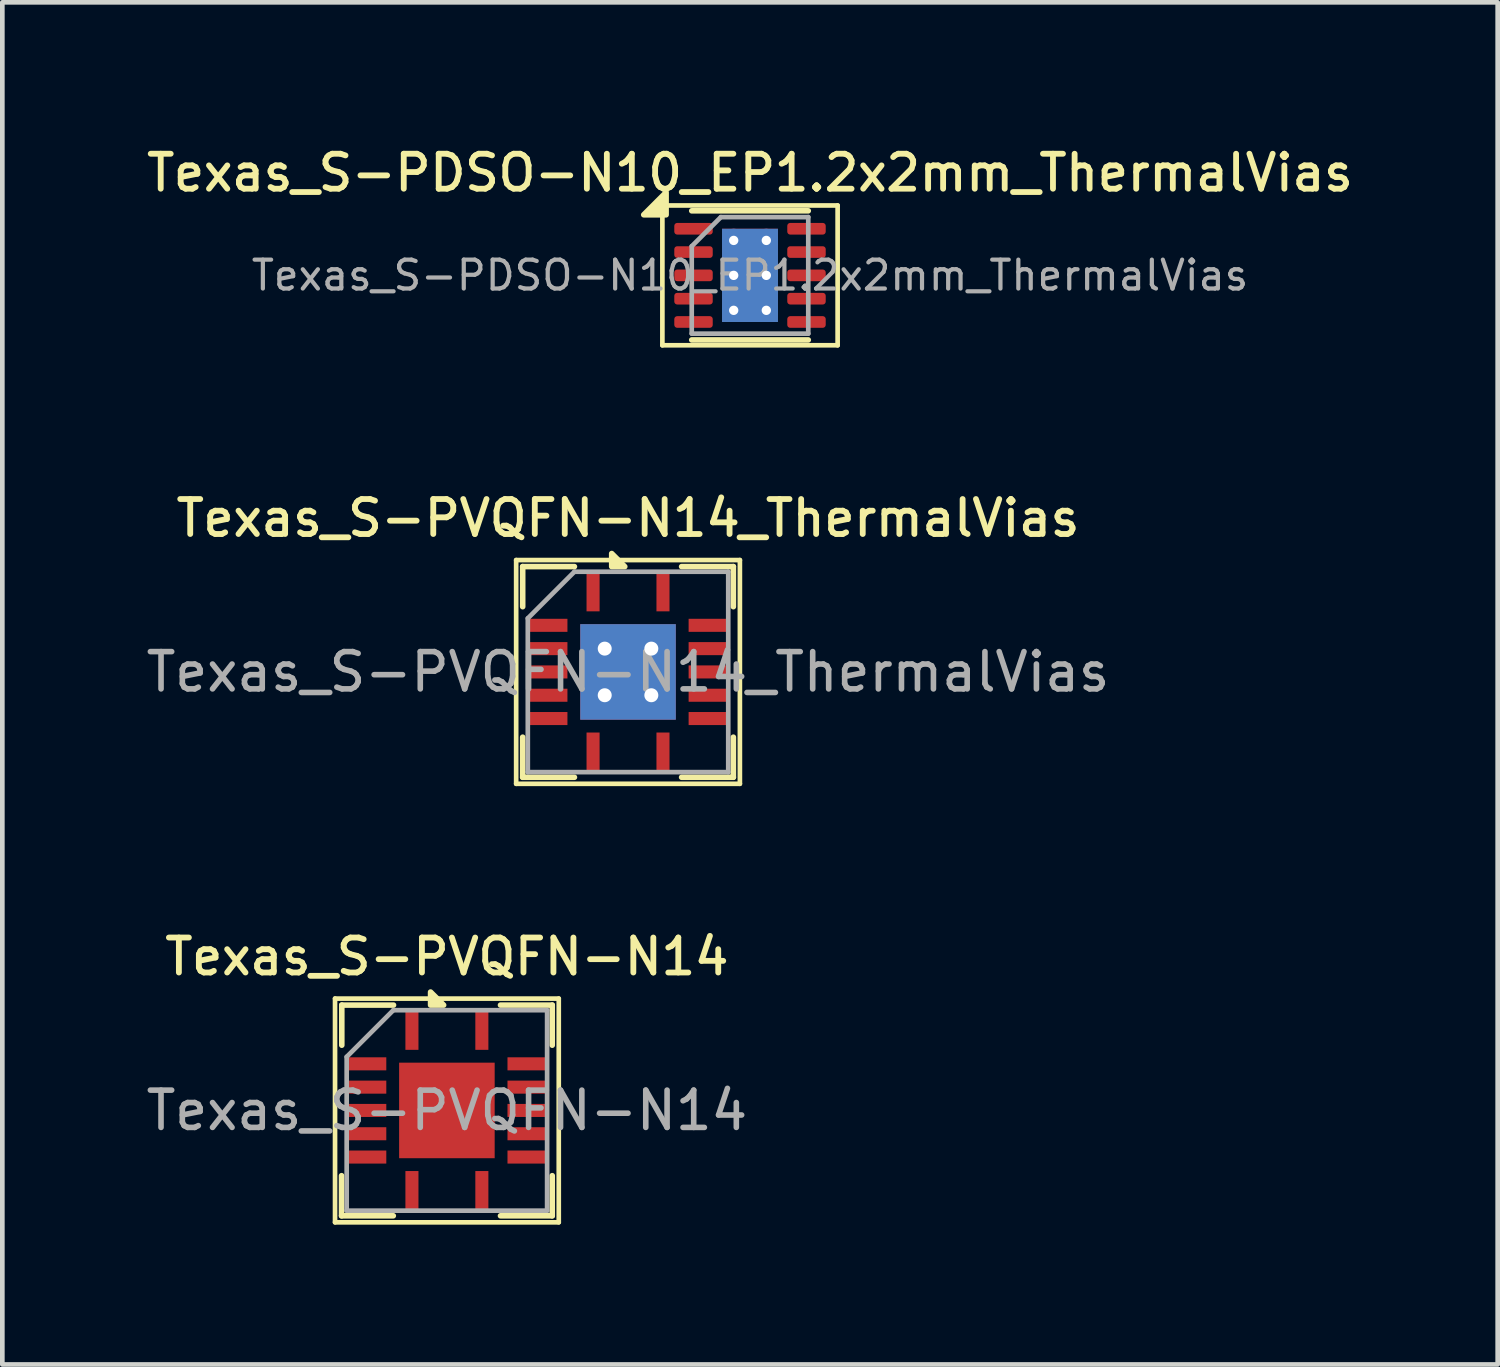
<source format=kicad_pcb>
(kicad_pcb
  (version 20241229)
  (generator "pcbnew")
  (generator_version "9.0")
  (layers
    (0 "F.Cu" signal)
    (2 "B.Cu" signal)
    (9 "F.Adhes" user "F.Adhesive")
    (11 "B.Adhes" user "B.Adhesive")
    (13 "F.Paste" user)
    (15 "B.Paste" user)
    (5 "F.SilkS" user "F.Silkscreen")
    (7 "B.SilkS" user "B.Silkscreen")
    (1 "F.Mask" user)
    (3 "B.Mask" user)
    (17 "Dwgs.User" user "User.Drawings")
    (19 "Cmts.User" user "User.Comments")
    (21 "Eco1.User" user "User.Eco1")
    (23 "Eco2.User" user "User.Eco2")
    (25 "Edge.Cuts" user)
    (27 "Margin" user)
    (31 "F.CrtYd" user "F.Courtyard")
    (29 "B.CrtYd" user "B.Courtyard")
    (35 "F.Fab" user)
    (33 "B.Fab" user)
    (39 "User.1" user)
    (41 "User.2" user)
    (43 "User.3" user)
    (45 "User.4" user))
  (footprint "Texas_S-PVQFN-N14"
    (layer "F.Cu")
    (at 6.538 20.774)
    (property "Reference" "Texas_S-PVQFN-N14" (at 0 -3.3 0) (layer "F.SilkS") (effects (font (size 0.75 0.75) (thickness 0.125))))
    (attr smd)
    (fp_line (start -2.4 -2.4) (end 2.4 -2.4) (stroke (width 0.1) (type solid)) (layer "F.SilkS"))
    (fp_line (start -2.4 2.4) (end -2.4 -2.4) (stroke (width 0.1) (type solid)) (layer "F.SilkS"))
    (fp_line (start -2.26 2.26) (end -2.26 1.4) (stroke (width 0.12) (type default)) (layer "F.SilkS"))
    (fp_line (start -2.255 -1.4) (end -2.255 -2.26) (stroke (width 0.12) (type solid)) (layer "F.SilkS"))
    (fp_line (start -1.15 2.26) (end -2.26 2.26) (stroke (width 0.12) (type default)) (layer "F.SilkS"))
    (fp_line (start -1.145 -2.26) (end -2.255 -2.26) (stroke (width 0.12) (type solid)) (layer "F.SilkS"))
    (fp_line (start 1.15 -2.26) (end 2.26 -2.26) (stroke (width 0.12) (type default)) (layer "F.SilkS"))
    (fp_line (start 1.15 2.26) (end 2.26 2.26) (stroke (width 0.12) (type default)) (layer "F.SilkS"))
    (fp_line (start 2.26 -2.26) (end 2.26 -1.4) (stroke (width 0.12) (type default)) (layer "F.SilkS"))
    (fp_line (start 2.26 2.26) (end 2.26 1.4) (stroke (width 0.12) (type default)) (layer "F.SilkS"))
    (fp_line (start 2.4 -2.4) (end 2.4 2.4) (stroke (width 0.1) (type solid)) (layer "F.SilkS"))
    (fp_line (start 2.4 2.4) (end -2.4 2.4) (stroke (width 0.1) (type solid)) (layer "F.SilkS"))
    (fp_poly (pts (xy -0.35 -2.26) (xy -0.35 -2.54) (xy -0.07 -2.26) (xy -0.35 -2.26)) (stroke (width 0.12) (type solid)) (fill yes) (layer "F.SilkS"))
    (fp_line (start -2.15 2.15) (end -2.15 -1.15) (stroke (width 0.1) (type solid)) (layer "F.Fab"))
    (fp_line (start -1.15 -2.15) (end -2.15 -1.15) (stroke (width 0.1) (type solid)) (layer "F.Fab"))
    (fp_line (start -1.15 -2.15) (end 2.15 -2.15) (stroke (width 0.1) (type solid)) (layer "F.Fab"))
    (fp_line (start 2.15 -2.15) (end 2.15 2.15) (stroke (width 0.1) (type solid)) (layer "F.Fab"))
    (fp_line (start 2.15 2.15) (end -2.15 2.15) (stroke (width 0.1) (type solid)) (layer "F.Fab"))
    (fp_text user "${REFERENCE}" (at 0 0 0) (layer "F.Fab") (effects (font (size 0.8 0.8) (thickness 0.12))))
    (pad "" smd rect (at -0.56 -0.56 270) (size 0.82 0.82) (layers "F.Paste"))
    (pad "" smd rect (at -0.56 0.56 270) (size 0.82 0.82) (layers "F.Paste"))
    (pad "" smd rect (at 0.56 -0.56 270) (size 0.82 0.82) (layers "F.Paste"))
    (pad "" smd rect (at 0.56 0.56 270) (size 0.82 0.82) (layers "F.Paste"))
    (pad "1" smd rect (at -0.75 -1.725 270) (size 0.85 0.28) (layers "F.Cu" "F.Mask" "F.Paste"))
    (pad "2" smd rect (at -1.725 -1 270) (size 0.28 0.85) (layers "F.Cu" "F.Mask" "F.Paste"))
    (pad "3" smd rect (at -1.725 -0.5 270) (size 0.28 0.85) (layers "F.Cu" "F.Mask" "F.Paste"))
    (pad "4" smd rect (at -1.725 0 270) (size 0.28 0.85) (layers "F.Cu" "F.Mask" "F.Paste"))
    (pad "5" smd rect (at -1.725 0.5 270) (size 0.28 0.85) (layers "F.Cu" "F.Mask" "F.Paste"))
    (pad "6" smd rect (at -1.725 1 270) (size 0.28 0.85) (layers "F.Cu" "F.Mask" "F.Paste"))
    (pad "7" smd rect (at -0.75 1.725 270) (size 0.85 0.28) (layers "F.Cu" "F.Mask" "F.Paste"))
    (pad "8" smd rect (at 0.75 1.725 270) (size 0.85 0.28) (layers "F.Cu" "F.Mask" "F.Paste"))
    (pad "9" smd rect (at 1.725 1 270) (size 0.28 0.85) (layers "F.Cu" "F.Mask" "F.Paste"))
    (pad "10" smd rect (at 1.725 0.5 270) (size 0.28 0.85) (layers "F.Cu" "F.Mask" "F.Paste"))
    (pad "11" smd rect (at 1.725 0 270) (size 0.28 0.85) (layers "F.Cu" "F.Mask" "F.Paste"))
    (pad "12" smd rect (at 1.725 -0.5 270) (size 0.28 0.85) (layers "F.Cu" "F.Mask" "F.Paste"))
    (pad "13" smd rect (at 1.725 -1 270) (size 0.28 0.85) (layers "F.Cu" "F.Mask" "F.Paste"))
    (pad "14" smd rect (at 0.75 -1.725 270) (size 0.85 0.28) (layers "F.Cu" "F.Mask" "F.Paste"))
    (pad "15" smd rect (at 0 0 270) (size 2.05 2.05) (layers "F.Cu" "F.Mask")))
  (footprint "Texas_S-PVQFN-N14_ThermalVias"
    (layer "F.Cu")
    (at 10.424 11.366)
    (property "Reference" "Texas_S-PVQFN-N14_ThermalVias" (at 0 -3.3 0) (layer "F.SilkS") (effects (font (size 0.75 0.75) (thickness 0.125))))
    (attr smd)
    (fp_line (start -2.4 -2.4) (end 2.4 -2.4) (stroke (width 0.1) (type solid)) (layer "F.SilkS"))
    (fp_line (start -2.4 2.4) (end -2.4 -2.4) (stroke (width 0.1) (type solid)) (layer "F.SilkS"))
    (fp_line (start -2.26 -1.4) (end -2.26 -2.26) (stroke (width 0.12) (type solid)) (layer "F.SilkS"))
    (fp_line (start -2.26 2.26) (end -2.26 1.4) (stroke (width 0.12) (type default)) (layer "F.SilkS"))
    (fp_line (start -1.15 -2.26) (end -2.26 -2.26) (stroke (width 0.12) (type solid)) (layer "F.SilkS"))
    (fp_line (start -1.15 2.26) (end -2.26 2.26) (stroke (width 0.12) (type default)) (layer "F.SilkS"))
    (fp_line (start 1.15 -2.26) (end 2.26 -2.26) (stroke (width 0.12) (type default)) (layer "F.SilkS"))
    (fp_line (start 1.15 2.26) (end 2.26 2.26) (stroke (width 0.12) (type default)) (layer "F.SilkS"))
    (fp_line (start 2.26 -2.26) (end 2.26 -1.4) (stroke (width 0.12) (type default)) (layer "F.SilkS"))
    (fp_line (start 2.26 2.26) (end 2.26 1.4) (stroke (width 0.12) (type default)) (layer "F.SilkS"))
    (fp_line (start 2.4 -2.4) (end 2.4 2.4) (stroke (width 0.1) (type solid)) (layer "F.SilkS"))
    (fp_line (start 2.4 2.4) (end -2.4 2.4) (stroke (width 0.1) (type solid)) (layer "F.SilkS"))
    (fp_poly (pts (xy -0.35 -2.26) (xy -0.35 -2.54) (xy -0.07 -2.26) (xy -0.35 -2.26)) (stroke (width 0.12) (type solid)) (fill yes) (layer "F.SilkS"))
    (fp_line (start -2.15 2.15) (end -2.15 -1.15) (stroke (width 0.1) (type solid)) (layer "F.Fab"))
    (fp_line (start -1.15 -2.15) (end -2.15 -1.15) (stroke (width 0.1) (type solid)) (layer "F.Fab"))
    (fp_line (start -1.15 -2.15) (end 2.15 -2.15) (stroke (width 0.1) (type solid)) (layer "F.Fab"))
    (fp_line (start 2.15 -2.15) (end 2.15 2.15) (stroke (width 0.1) (type solid)) (layer "F.Fab"))
    (fp_line (start 2.15 2.15) (end -2.15 2.15) (stroke (width 0.1) (type solid)) (layer "F.Fab"))
    (fp_text user "${REFERENCE}" (at 0 0 0) (layer "F.Fab") (effects (font (size 0.8 0.8) (thickness 0.12))))
    (pad "" smd rect (at -0.56 -0.56 270) (size 0.82 0.82) (layers "F.Paste"))
    (pad "" smd rect (at -0.56 0.56 270) (size 0.82 0.82) (layers "F.Paste"))
    (pad "" smd rect (at 0.56 -0.56 270) (size 0.82 0.82) (layers "F.Paste"))
    (pad "" smd rect (at 0.56 0.56 270) (size 0.82 0.82) (layers "F.Paste"))
    (pad "1" smd rect (at -0.75 -1.725 270) (size 0.85 0.28) (layers "F.Cu" "F.Mask" "F.Paste"))
    (pad "2" smd rect (at -1.725 -1 270) (size 0.28 0.85) (layers "F.Cu" "F.Mask" "F.Paste"))
    (pad "3" smd rect (at -1.725 -0.5 270) (size 0.28 0.85) (layers "F.Cu" "F.Mask" "F.Paste"))
    (pad "4" smd rect (at -1.725 0 270) (size 0.28 0.85) (layers "F.Cu" "F.Mask" "F.Paste"))
    (pad "5" smd rect (at -1.725 0.5 270) (size 0.28 0.85) (layers "F.Cu" "F.Mask" "F.Paste"))
    (pad "6" smd rect (at -1.725 1 270) (size 0.28 0.85) (layers "F.Cu" "F.Mask" "F.Paste"))
    (pad "7" smd rect (at -0.75 1.725 270) (size 0.85 0.28) (layers "F.Cu" "F.Mask" "F.Paste"))
    (pad "8" smd rect (at 0.75 1.725 270) (size 0.85 0.28) (layers "F.Cu" "F.Mask" "F.Paste"))
    (pad "9" smd rect (at 1.725 1 270) (size 0.28 0.85) (layers "F.Cu" "F.Mask" "F.Paste"))
    (pad "10" smd rect (at 1.725 0.5 270) (size 0.28 0.85) (layers "F.Cu" "F.Mask" "F.Paste"))
    (pad "11" smd rect (at 1.725 0 270) (size 0.28 0.85) (layers "F.Cu" "F.Mask" "F.Paste"))
    (pad "12" smd rect (at 1.725 -0.5 270) (size 0.28 0.85) (layers "F.Cu" "F.Mask" "F.Paste"))
    (pad "13" smd rect (at 1.725 -1 270) (size 0.28 0.85) (layers "F.Cu" "F.Mask" "F.Paste"))
    (pad "14" smd rect (at 0.75 -1.725 270) (size 0.85 0.28) (layers "F.Cu" "F.Mask" "F.Paste"))
    (pad "15" thru_hole circle (at -0.5 -0.5 270) (size 0.6 0.6) (drill 0.3) (layers "*.Cu"))
    (pad "15" thru_hole circle (at -0.5 0.5 270) (size 0.6 0.6) (drill 0.3) (layers "*.Cu"))
    (pad "15" smd rect (at 0 0 270) (size 2.05 2.05) (layers "F.Cu" "F.Mask"))
    (pad "15" smd rect (at 0 0 270) (size 2.05 2.05) (layers "B.Cu"))
    (pad "15" thru_hole circle (at 0.5 -0.5 270) (size 0.6 0.6) (drill 0.3) (layers "*.Cu"))
    (pad "15" thru_hole circle (at 0.5 0.5 270) (size 0.6 0.6) (drill 0.3) (layers "*.Cu")))
  (footprint "Texas_S-PDSO-N10_EP1.2x2mm_ThermalVias"
    (layer "F.Cu")
    (at 13.041 2.858)
    (property "Reference" "Texas_S-PDSO-N10_EP1.2x2mm_ThermalVias" (at 0 -2.2 0) (layer "F.SilkS") (effects (font (size 0.75 0.75) (thickness 0.125))))
    (attr smd)
    (fp_line (start -1.88 -1.5) (end -1.88 1.5) (stroke (width 0.1) (type solid)) (layer "F.SilkS"))
    (fp_line (start -1.88 1.5) (end 1.88 1.5) (stroke (width 0.1) (type solid)) (layer "F.SilkS"))
    (fp_line (start -1.25 -1.385) (end 1.25 -1.385) (stroke (width 0.12) (type solid)) (layer "F.SilkS"))
    (fp_line (start -1.25 1.385) (end 1.25 1.385) (stroke (width 0.12) (type solid)) (layer "F.SilkS"))
    (fp_line (start 1.88 -1.5) (end -1.88 -1.5) (stroke (width 0.1) (type solid)) (layer "F.SilkS"))
    (fp_line (start 1.88 1.5) (end 1.88 -1.5) (stroke (width 0.1) (type solid)) (layer "F.SilkS"))
    (fp_poly (pts (xy -1.8 -1.3) (xy -2.28 -1.3) (xy -1.8 -1.78) (xy -1.8 -1.3)) (stroke (width 0.12) (type solid)) (fill yes) (layer "F.SilkS"))
    (fp_line (start -1.25 -0.625) (end -0.625 -1.25) (stroke (width 0.1) (type solid)) (layer "F.Fab"))
    (fp_line (start -1.25 1.25) (end -1.25 -0.625) (stroke (width 0.1) (type solid)) (layer "F.Fab"))
    (fp_line (start -0.625 -1.25) (end 1.25 -1.25) (stroke (width 0.1) (type solid)) (layer "F.Fab"))
    (fp_line (start 1.25 -1.25) (end 1.25 1.25) (stroke (width 0.1) (type solid)) (layer "F.Fab"))
    (fp_line (start 1.25 1.25) (end -1.25 1.25) (stroke (width 0.1) (type solid)) (layer "F.Fab"))
    (fp_text user "${REFERENCE}" (at 0 0 0) (layer "F.Fab") (effects (font (size 0.62 0.62) (thickness 0.09))))
    (pad "" smd roundrect (at -0.3 -0.5) (size 0.5 0.84) (layers "F.Paste") (roundrect_rratio 0.25))
    (pad "" smd roundrect (at -0.3 0.5) (size 0.5 0.84) (layers "F.Paste") (roundrect_rratio 0.25))
    (pad "" smd roundrect (at 0.3 -0.5) (size 0.5 0.84) (layers "F.Paste") (roundrect_rratio 0.25))
    (pad "" smd roundrect (at 0.3 0.5) (size 0.5 0.84) (layers "F.Paste") (roundrect_rratio 0.25))
    (pad "1" smd roundrect (at -1.212 -1) (size 0.825 0.25) (layers "F.Cu" "F.Mask" "F.Paste") (roundrect_rratio 0.25))
    (pad "2" smd roundrect (at -1.212 -0.5) (size 0.825 0.25) (layers "F.Cu" "F.Mask" "F.Paste") (roundrect_rratio 0.25))
    (pad "3" smd roundrect (at -1.212 0) (size 0.825 0.25) (layers "F.Cu" "F.Mask" "F.Paste") (roundrect_rratio 0.25))
    (pad "4" smd roundrect (at -1.212 0.5) (size 0.825 0.25) (layers "F.Cu" "F.Mask" "F.Paste") (roundrect_rratio 0.25))
    (pad "5" smd roundrect (at -1.212 1) (size 0.825 0.25) (layers "F.Cu" "F.Mask" "F.Paste") (roundrect_rratio 0.25))
    (pad "6" smd roundrect (at 1.212 1) (size 0.825 0.25) (layers "F.Cu" "F.Mask" "F.Paste") (roundrect_rratio 0.25))
    (pad "7" smd roundrect (at 1.212 0.5) (size 0.825 0.25) (layers "F.Cu" "F.Mask" "F.Paste") (roundrect_rratio 0.25))
    (pad "8" smd roundrect (at 1.212 0) (size 0.825 0.25) (layers "F.Cu" "F.Mask" "F.Paste") (roundrect_rratio 0.25))
    (pad "9" smd roundrect (at 1.212 -0.5) (size 0.825 0.25) (layers "F.Cu" "F.Mask" "F.Paste") (roundrect_rratio 0.25))
    (pad "10" smd roundrect (at 1.212 -1) (size 0.825 0.25) (layers "F.Cu" "F.Mask" "F.Paste") (roundrect_rratio 0.25))
    (pad "11" thru_hole circle (at -0.35 -0.75) (size 0.5 0.5) (drill 0.2) (property pad_prop_heatsink) (layers "*.Cu"))
    (pad "11" thru_hole circle (at -0.35 0) (size 0.5 0.5) (drill 0.2) (property pad_prop_heatsink) (layers "*.Cu"))
    (pad "11" thru_hole circle (at -0.35 0.75) (size 0.5 0.5) (drill 0.2) (property pad_prop_heatsink) (layers "*.Cu"))
    (pad "11" smd rect (at 0 0) (size 1.2 2) (property pad_prop_heatsink) (layers "F.Cu" "F.Mask"))
    (pad "11" smd rect (at 0 0) (size 1.2 2) (property pad_prop_heatsink) (layers "B.Cu"))
    (pad "11" thru_hole circle (at 0.35 -0.75) (size 0.5 0.5) (drill 0.2) (property pad_prop_heatsink) (layers "*.Cu"))
    (pad "11" thru_hole circle (at 0.35 0) (size 0.5 0.5) (drill 0.2) (property pad_prop_heatsink) (layers "*.Cu"))
    (pad "11" thru_hole circle (at 0.35 0.75) (size 0.5 0.5) (drill 0.2) (property pad_prop_heatsink) (layers "*.Cu")))
  (gr_rect
    (start -3 -3)
    (end 29.082 26.224)
    (stroke (width 0.1) (type default))
    (fill no)
    (layer "Edge.Cuts")))
</source>
